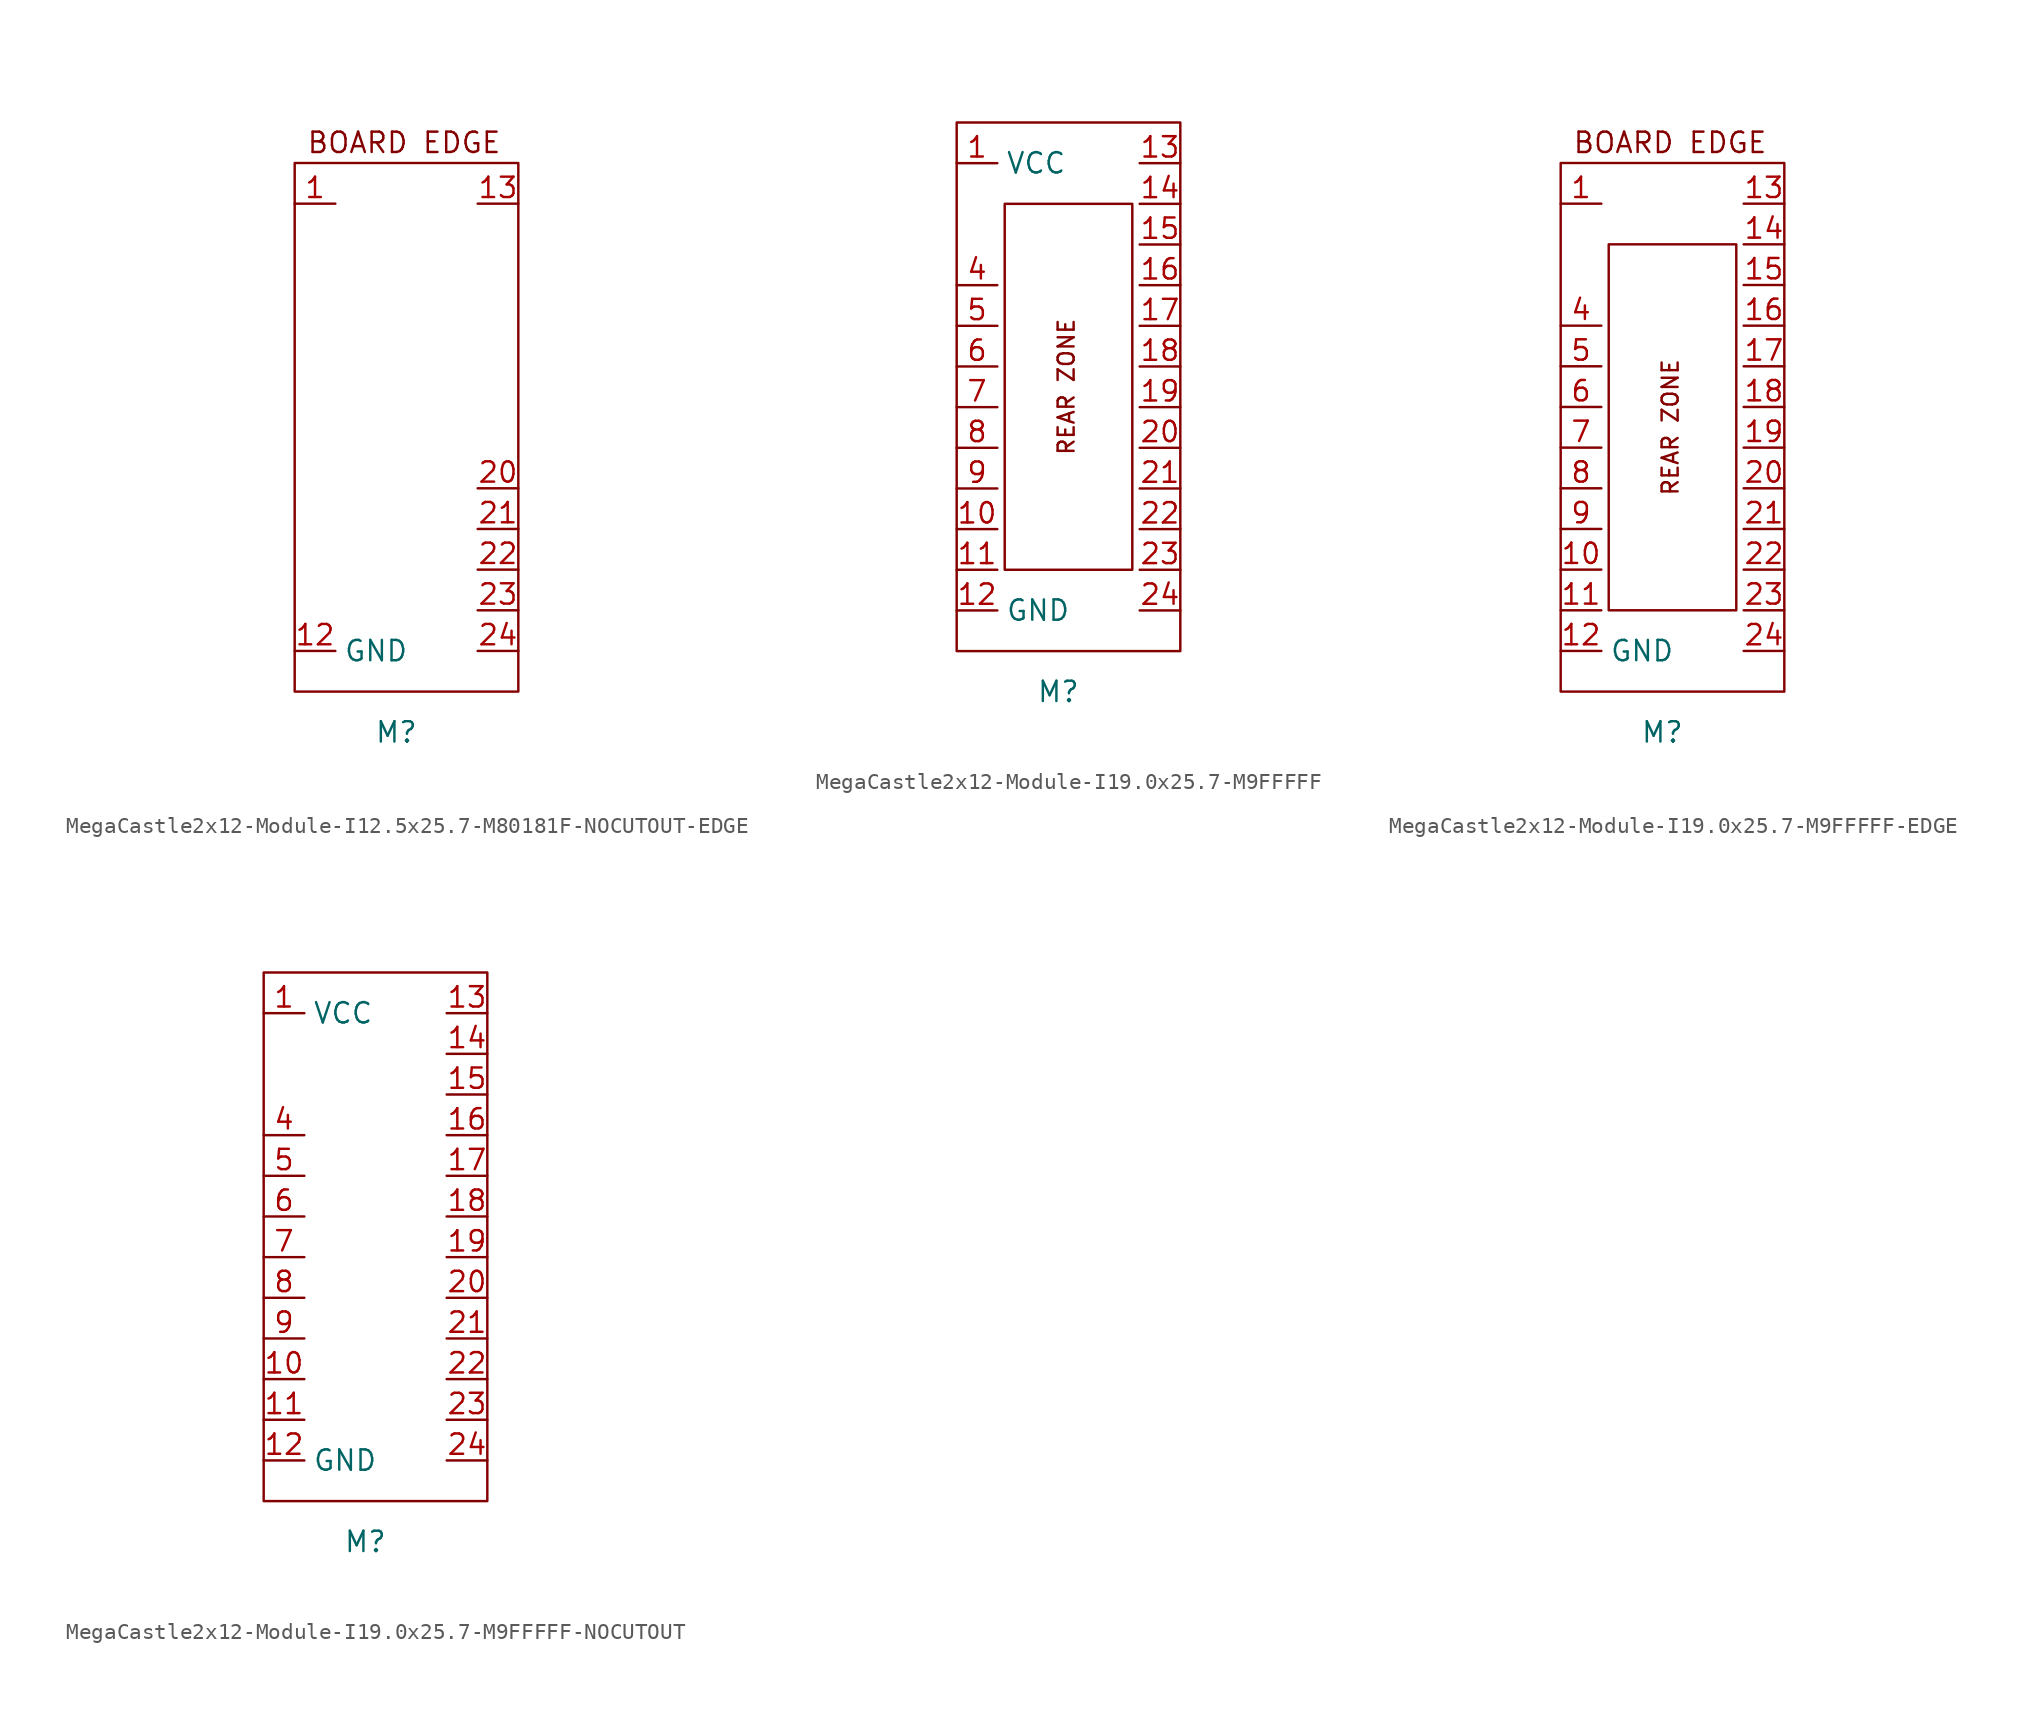
<source format=kicad_sym>
(kicad_symbol_lib
  (version 20231120)
  (generator "kicad_symbol_editor")
  (generator_version "8.0")
  (symbol "MegaCastle2x12-Module-I12.5x25.7-M80181F-NOCUTOUT-EDGE"
    (property "Reference" "M"
      (at 0 -19.05 0)
      (effects (font (size 1.27 1.27))))
    (property "Value" ""
      (at 0 5.08 0)
      (effects (font (size 1.27 1.27))))
    (symbol "MegaCastle2x12-Module-I12.5x25.7-M80181F-NOCUTOUT-EDGE_0_1"
      (rectangle (start -6.35 16.51) (end 7.62 -16.51) (stroke (width 0) (type default)) (fill (type none))))
    (symbol "MegaCastle2x12-Module-I12.5x25.7-M80181F-NOCUTOUT-EDGE_1_1"
      (text " BOARD EDGE" (at 0 17.78 0) (effects (font (size 1.27 1.27))))
      (pin bidirectional line (at -6.35 13.97 0) (length 2.54) (name "" (effects (font (size 1.27 1.27)))) (number "1" (effects (font (size 1.27 1.27)))))
      (pin bidirectional line (at -6.35 -13.97 0) (length 2.54) (name "GND" (effects (font (size 1.27 1.27)))) (number "12" (effects (font (size 1.27 1.27)))))
      (pin bidirectional line (at 7.62 13.97 180) (length 2.54) (name "" (effects (font (size 1.27 1.27)))) (number "13" (effects (font (size 1.27 1.27)))))
      (pin bidirectional line (at 7.62 -3.81 180) (length 2.54) (name "" (effects (font (size 1.27 1.27)))) (number "20" (effects (font (size 1.27 1.27)))))
      (pin bidirectional line (at 7.62 -6.35 180) (length 2.54) (name "" (effects (font (size 1.27 1.27)))) (number "21" (effects (font (size 1.27 1.27)))))
      (pin bidirectional line (at 7.62 -8.89 180) (length 2.54) (name "" (effects (font (size 1.27 1.27)))) (number "22" (effects (font (size 1.27 1.27)))))
      (pin bidirectional line (at 7.62 -11.43 180) (length 2.54) (name "" (effects (font (size 1.27 1.27)))) (number "23" (effects (font (size 1.27 1.27)))))
      (pin bidirectional line (at 7.62 -13.97 180) (length 2.54) (name "" (effects (font (size 1.27 1.27)))) (number "24" (effects (font (size 1.27 1.27)))))))
  (symbol "MegaCastle2x12-Module-I19.0x25.7-M9FFFFF"
    (property "Reference" "M"
      (at 0 -19.05 0)
      (effects (font (size 1.27 1.27))))
    (property "Value" ""
      (at 0 5.08 0)
      (effects (font (size 1.27 1.27))))
    (symbol "MegaCastle2x12-Module-I19.0x25.7-M9FFFFF_0_1"
      (rectangle (start -6.35 16.51) (end 7.62 -16.51) (stroke (width 0) (type default)) (fill (type none)))
      (rectangle (start -3.35 11.43) (end 4.62 -11.43) (stroke (width 0) (type default)) (fill (type none))))
    (symbol "MegaCastle2x12-Module-I19.0x25.7-M9FFFFF_1_1"
      (text "REAR ZONE" (at 0.5 0 900) (effects (font (size 1 1))))
      (pin bidirectional line (at -6.35 13.97 0) (length 2.54) (name "VCC" (effects (font (size 1.27 1.27)))) (number "1" (effects (font (size 1.27 1.27)))))
      (pin bidirectional line (at -6.35 -8.89 0) (length 2.54) (name "" (effects (font (size 1.27 1.27)))) (number "10" (effects (font (size 1.27 1.27)))))
      (pin bidirectional line (at -6.35 -11.43 0) (length 2.54) (name "" (effects (font (size 1.27 1.27)))) (number "11" (effects (font (size 1.27 1.27)))))
      (pin bidirectional line (at -6.35 -13.97 0) (length 2.54) (name "GND" (effects (font (size 1.27 1.27)))) (number "12" (effects (font (size 1.27 1.27)))))
      (pin bidirectional line (at 7.62 13.97 180) (length 2.54) (name "" (effects (font (size 1.27 1.27)))) (number "13" (effects (font (size 1.27 1.27)))))
      (pin bidirectional line (at 7.62 11.43 180) (length 2.54) (name "" (effects (font (size 1.27 1.27)))) (number "14" (effects (font (size 1.27 1.27)))))
      (pin bidirectional line (at 7.62 8.89 180) (length 2.54) (name "" (effects (font (size 1.27 1.27)))) (number "15" (effects (font (size 1.27 1.27)))))
      (pin bidirectional line (at 7.62 6.35 180) (length 2.54) (name "" (effects (font (size 1.27 1.27)))) (number "16" (effects (font (size 1.27 1.27)))))
      (pin bidirectional line (at 7.62 3.81 180) (length 2.54) (name "" (effects (font (size 1.27 1.27)))) (number "17" (effects (font (size 1.27 1.27)))))
      (pin bidirectional line (at 7.62 1.27 180) (length 2.54) (name "" (effects (font (size 1.27 1.27)))) (number "18" (effects (font (size 1.27 1.27)))))
      (pin bidirectional line (at 7.62 -1.27 180) (length 2.54) (name "" (effects (font (size 1.27 1.27)))) (number "19" (effects (font (size 1.27 1.27)))))
      (pin bidirectional line (at 7.62 -3.81 180) (length 2.54) (name "" (effects (font (size 1.27 1.27)))) (number "20" (effects (font (size 1.27 1.27)))))
      (pin bidirectional line (at 7.62 -6.35 180) (length 2.54) (name "" (effects (font (size 1.27 1.27)))) (number "21" (effects (font (size 1.27 1.27)))))
      (pin bidirectional line (at 7.62 -8.89 180) (length 2.54) (name "" (effects (font (size 1.27 1.27)))) (number "22" (effects (font (size 1.27 1.27)))))
      (pin bidirectional line (at 7.62 -11.43 180) (length 2.54) (name "" (effects (font (size 1.27 1.27)))) (number "23" (effects (font (size 1.27 1.27)))))
      (pin bidirectional line (at 7.62 -13.97 180) (length 2.54) (name "" (effects (font (size 1.27 1.27)))) (number "24" (effects (font (size 1.27 1.27)))))
      (pin bidirectional line (at -6.35 6.35 0) (length 2.54) (name "" (effects (font (size 1.27 1.27)))) (number "4" (effects (font (size 1.27 1.27)))))
      (pin bidirectional line (at -6.35 3.81 0) (length 2.54) (name "" (effects (font (size 1.27 1.27)))) (number "5" (effects (font (size 1.27 1.27)))))
      (pin bidirectional line (at -6.35 1.27 0) (length 2.54) (name "" (effects (font (size 1.27 1.27)))) (number "6" (effects (font (size 1.27 1.27)))))
      (pin bidirectional line (at -6.35 -1.27 0) (length 2.54) (name "" (effects (font (size 1.27 1.27)))) (number "7" (effects (font (size 1.27 1.27)))))
      (pin bidirectional line (at -6.35 -3.81 0) (length 2.54) (name "" (effects (font (size 1.27 1.27)))) (number "8" (effects (font (size 1.27 1.27)))))
      (pin bidirectional line (at -6.35 -6.35 0) (length 2.54) (name "" (effects (font (size 1.27 1.27)))) (number "9" (effects (font (size 1.27 1.27)))))))
  (symbol "MegaCastle2x12-Module-I19.0x25.7-M9FFFFF-EDGE"
    (property "Reference" "M"
      (at 0 -19.05 0)
      (effects (font (size 1.27 1.27))))
    (property "Value" ""
      (at 0 5.08 0)
      (effects (font (size 1.27 1.27))))
    (symbol "MegaCastle2x12-Module-I19.0x25.7-M9FFFFF-EDGE_0_1"
      (rectangle (start -6.35 16.51) (end 7.62 -16.51) (stroke (width 0) (type default)) (fill (type none)))
      (rectangle (start -3.35 11.43) (end 4.62 -11.43) (stroke (width 0) (type default)) (fill (type none))))
    (symbol "MegaCastle2x12-Module-I19.0x25.7-M9FFFFF-EDGE_1_1"
      (text " BOARD EDGE" (at 0 17.78 0) (effects (font (size 1.27 1.27))))
      (text "REAR ZONE" (at 0.5 0 900) (effects (font (size 1 1))))
      (pin bidirectional line (at -6.35 13.97 0) (length 2.54) (name "" (effects (font (size 1.27 1.27)))) (number "1" (effects (font (size 1.27 1.27)))))
      (pin bidirectional line (at -6.35 -8.89 0) (length 2.54) (name "" (effects (font (size 1.27 1.27)))) (number "10" (effects (font (size 1.27 1.27)))))
      (pin bidirectional line (at -6.35 -11.43 0) (length 2.54) (name "" (effects (font (size 1.27 1.27)))) (number "11" (effects (font (size 1.27 1.27)))))
      (pin bidirectional line (at -6.35 -13.97 0) (length 2.54) (name "GND" (effects (font (size 1.27 1.27)))) (number "12" (effects (font (size 1.27 1.27)))))
      (pin bidirectional line (at 7.62 13.97 180) (length 2.54) (name "" (effects (font (size 1.27 1.27)))) (number "13" (effects (font (size 1.27 1.27)))))
      (pin bidirectional line (at 7.62 11.43 180) (length 2.54) (name "" (effects (font (size 1.27 1.27)))) (number "14" (effects (font (size 1.27 1.27)))))
      (pin bidirectional line (at 7.62 8.89 180) (length 2.54) (name "" (effects (font (size 1.27 1.27)))) (number "15" (effects (font (size 1.27 1.27)))))
      (pin bidirectional line (at 7.62 6.35 180) (length 2.54) (name "" (effects (font (size 1.27 1.27)))) (number "16" (effects (font (size 1.27 1.27)))))
      (pin bidirectional line (at 7.62 3.81 180) (length 2.54) (name "" (effects (font (size 1.27 1.27)))) (number "17" (effects (font (size 1.27 1.27)))))
      (pin bidirectional line (at 7.62 1.27 180) (length 2.54) (name "" (effects (font (size 1.27 1.27)))) (number "18" (effects (font (size 1.27 1.27)))))
      (pin bidirectional line (at 7.62 -1.27 180) (length 2.54) (name "" (effects (font (size 1.27 1.27)))) (number "19" (effects (font (size 1.27 1.27)))))
      (pin bidirectional line (at 7.62 -3.81 180) (length 2.54) (name "" (effects (font (size 1.27 1.27)))) (number "20" (effects (font (size 1.27 1.27)))))
      (pin bidirectional line (at 7.62 -6.35 180) (length 2.54) (name "" (effects (font (size 1.27 1.27)))) (number "21" (effects (font (size 1.27 1.27)))))
      (pin bidirectional line (at 7.62 -8.89 180) (length 2.54) (name "" (effects (font (size 1.27 1.27)))) (number "22" (effects (font (size 1.27 1.27)))))
      (pin bidirectional line (at 7.62 -11.43 180) (length 2.54) (name "" (effects (font (size 1.27 1.27)))) (number "23" (effects (font (size 1.27 1.27)))))
      (pin bidirectional line (at 7.62 -13.97 180) (length 2.54) (name "" (effects (font (size 1.27 1.27)))) (number "24" (effects (font (size 1.27 1.27)))))
      (pin bidirectional line (at -6.35 6.35 0) (length 2.54) (name "" (effects (font (size 1.27 1.27)))) (number "4" (effects (font (size 1.27 1.27)))))
      (pin bidirectional line (at -6.35 3.81 0) (length 2.54) (name "" (effects (font (size 1.27 1.27)))) (number "5" (effects (font (size 1.27 1.27)))))
      (pin bidirectional line (at -6.35 1.27 0) (length 2.54) (name "" (effects (font (size 1.27 1.27)))) (number "6" (effects (font (size 1.27 1.27)))))
      (pin bidirectional line (at -6.35 -1.27 0) (length 2.54) (name "" (effects (font (size 1.27 1.27)))) (number "7" (effects (font (size 1.27 1.27)))))
      (pin bidirectional line (at -6.35 -3.81 0) (length 2.54) (name "" (effects (font (size 1.27 1.27)))) (number "8" (effects (font (size 1.27 1.27)))))
      (pin bidirectional line (at -6.35 -6.35 0) (length 2.54) (name "" (effects (font (size 1.27 1.27)))) (number "9" (effects (font (size 1.27 1.27)))))))
  (symbol "MegaCastle2x12-Module-I19.0x25.7-M9FFFFF-NOCUTOUT"
    (property "Reference" "M"
      (at 0 -19.05 0)
      (effects (font (size 1.27 1.27))))
    (property "Value" ""
      (at 0 5.08 0)
      (effects (font (size 1.27 1.27))))
    (symbol "MegaCastle2x12-Module-I19.0x25.7-M9FFFFF-NOCUTOUT_0_1"
      (rectangle (start -6.35 16.51) (end 7.62 -16.51) (stroke (width 0) (type default)) (fill (type none))))
    (symbol "MegaCastle2x12-Module-I19.0x25.7-M9FFFFF-NOCUTOUT_1_1"
      (pin bidirectional line (at -6.35 13.97 0) (length 2.54) (name "VCC" (effects (font (size 1.27 1.27)))) (number "1" (effects (font (size 1.27 1.27)))))
      (pin bidirectional line (at -6.35 -8.89 0) (length 2.54) (name "" (effects (font (size 1.27 1.27)))) (number "10" (effects (font (size 1.27 1.27)))))
      (pin bidirectional line (at -6.35 -11.43 0) (length 2.54) (name "" (effects (font (size 1.27 1.27)))) (number "11" (effects (font (size 1.27 1.27)))))
      (pin bidirectional line (at -6.35 -13.97 0) (length 2.54) (name "GND" (effects (font (size 1.27 1.27)))) (number "12" (effects (font (size 1.27 1.27)))))
      (pin bidirectional line (at 7.62 13.97 180) (length 2.54) (name "" (effects (font (size 1.27 1.27)))) (number "13" (effects (font (size 1.27 1.27)))))
      (pin bidirectional line (at 7.62 11.43 180) (length 2.54) (name "" (effects (font (size 1.27 1.27)))) (number "14" (effects (font (size 1.27 1.27)))))
      (pin bidirectional line (at 7.62 8.89 180) (length 2.54) (name "" (effects (font (size 1.27 1.27)))) (number "15" (effects (font (size 1.27 1.27)))))
      (pin bidirectional line (at 7.62 6.35 180) (length 2.54) (name "" (effects (font (size 1.27 1.27)))) (number "16" (effects (font (size 1.27 1.27)))))
      (pin bidirectional line (at 7.62 3.81 180) (length 2.54) (name "" (effects (font (size 1.27 1.27)))) (number "17" (effects (font (size 1.27 1.27)))))
      (pin bidirectional line (at 7.62 1.27 180) (length 2.54) (name "" (effects (font (size 1.27 1.27)))) (number "18" (effects (font (size 1.27 1.27)))))
      (pin bidirectional line (at 7.62 -1.27 180) (length 2.54) (name "" (effects (font (size 1.27 1.27)))) (number "19" (effects (font (size 1.27 1.27)))))
      (pin bidirectional line (at 7.62 -3.81 180) (length 2.54) (name "" (effects (font (size 1.27 1.27)))) (number "20" (effects (font (size 1.27 1.27)))))
      (pin bidirectional line (at 7.62 -6.35 180) (length 2.54) (name "" (effects (font (size 1.27 1.27)))) (number "21" (effects (font (size 1.27 1.27)))))
      (pin bidirectional line (at 7.62 -8.89 180) (length 2.54) (name "" (effects (font (size 1.27 1.27)))) (number "22" (effects (font (size 1.27 1.27)))))
      (pin bidirectional line (at 7.62 -11.43 180) (length 2.54) (name "" (effects (font (size 1.27 1.27)))) (number "23" (effects (font (size 1.27 1.27)))))
      (pin bidirectional line (at 7.62 -13.97 180) (length 2.54) (name "" (effects (font (size 1.27 1.27)))) (number "24" (effects (font (size 1.27 1.27)))))
      (pin bidirectional line (at -6.35 6.35 0) (length 2.54) (name "" (effects (font (size 1.27 1.27)))) (number "4" (effects (font (size 1.27 1.27)))))
      (pin bidirectional line (at -6.35 3.81 0) (length 2.54) (name "" (effects (font (size 1.27 1.27)))) (number "5" (effects (font (size 1.27 1.27)))))
      (pin bidirectional line (at -6.35 1.27 0) (length 2.54) (name "" (effects (font (size 1.27 1.27)))) (number "6" (effects (font (size 1.27 1.27)))))
      (pin bidirectional line (at -6.35 -1.27 0) (length 2.54) (name "" (effects (font (size 1.27 1.27)))) (number "7" (effects (font (size 1.27 1.27)))))
      (pin bidirectional line (at -6.35 -3.81 0) (length 2.54) (name "" (effects (font (size 1.27 1.27)))) (number "8" (effects (font (size 1.27 1.27)))))
      (pin bidirectional line (at -6.35 -6.35 0) (length 2.54) (name "" (effects (font (size 1.27 1.27)))) (number "9" (effects (font (size 1.27 1.27))))))))
</source>
